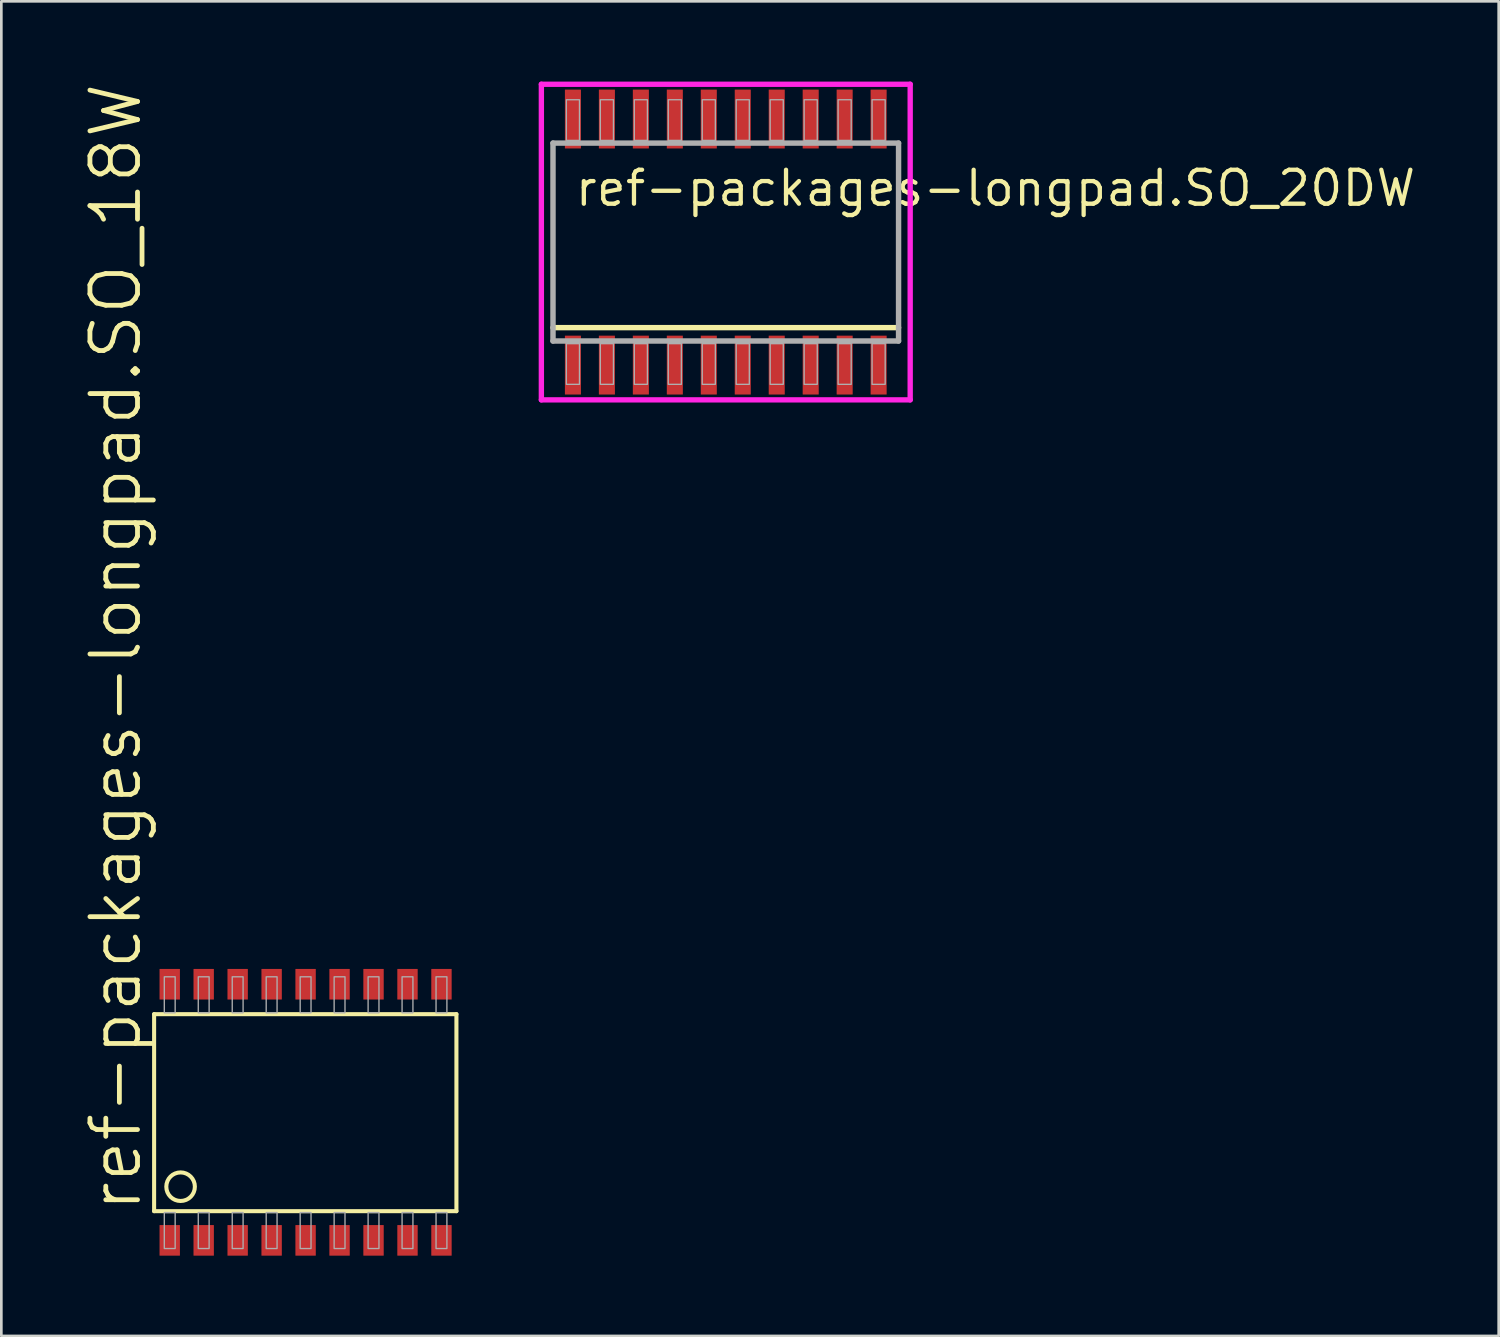
<source format=kicad_pcb>
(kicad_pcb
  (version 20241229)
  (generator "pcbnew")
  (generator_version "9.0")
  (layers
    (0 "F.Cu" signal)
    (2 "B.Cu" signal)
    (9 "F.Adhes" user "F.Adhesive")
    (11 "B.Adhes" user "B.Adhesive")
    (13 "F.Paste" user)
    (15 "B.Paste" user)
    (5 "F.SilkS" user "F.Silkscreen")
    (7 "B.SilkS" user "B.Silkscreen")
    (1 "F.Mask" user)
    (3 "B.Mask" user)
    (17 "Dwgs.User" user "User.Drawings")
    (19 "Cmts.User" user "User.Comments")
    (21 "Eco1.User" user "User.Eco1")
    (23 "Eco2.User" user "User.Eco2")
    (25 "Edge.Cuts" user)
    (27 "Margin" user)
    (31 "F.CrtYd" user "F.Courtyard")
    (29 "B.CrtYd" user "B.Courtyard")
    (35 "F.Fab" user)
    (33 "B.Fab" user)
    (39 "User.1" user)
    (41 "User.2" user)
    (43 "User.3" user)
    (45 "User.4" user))
  (footprint "ref-packages-longpad.SO_20DW"
    (layer "F.Cu")
    (at 24.086 6)
    (property "Reference" "ref-packages-longpad.SO_20DW" (at -5.715 -1.27 0) (layer "F.SilkS") (effects (font (size 1.27 1.27) (thickness 0.16)) (justify left bottom)))
    (attr smd)
    (fp_line (start 6.46 3.2) (end -6.46 3.2) (stroke (width 0.203) (type default)) (layer "F.SilkS"))
    (fp_line (start -6.895 -5.9) (end 6.895 -5.9) (stroke (width 0.2) (type default)) (layer "F.CrtYd"))
    (fp_line (start -6.895 5.9) (end -6.895 -5.9) (stroke (width 0.2) (type default)) (layer "F.CrtYd"))
    (fp_line (start 6.895 -5.9) (end 6.895 5.9) (stroke (width 0.2) (type default)) (layer "F.CrtYd"))
    (fp_line (start 6.895 5.9) (end -6.895 5.9) (stroke (width 0.2) (type default)) (layer "F.CrtYd"))
    (fp_line (start -6.46 -3.7) (end 6.46 -3.7) (stroke (width 0.203) (type default)) (layer "F.Fab"))
    (fp_line (start -6.46 3.7) (end -6.46 -3.7) (stroke (width 0.203) (type default)) (layer "F.Fab"))
    (fp_line (start 6.46 -3.7) (end 6.46 3.7) (stroke (width 0.203) (type default)) (layer "F.Fab"))
    (fp_line (start 6.46 3.7) (end -6.46 3.7) (stroke (width 0.203) (type default)) (layer "F.Fab"))
    (fp_rect (start -5.96 -3.8) (end -5.47 -5.32) (stroke (width 0.05) (type default)) (fill no) (layer "F.Fab"))
    (fp_rect (start -5.96 5.32) (end -5.47 3.8) (stroke (width 0.05) (type default)) (fill no) (layer "F.Fab"))
    (fp_rect (start -4.69 -3.8) (end -4.2 -5.32) (stroke (width 0.05) (type default)) (fill no) (layer "F.Fab"))
    (fp_rect (start -4.69 5.32) (end -4.2 3.8) (stroke (width 0.05) (type default)) (fill no) (layer "F.Fab"))
    (fp_rect (start -3.42 -3.8) (end -2.93 -5.32) (stroke (width 0.05) (type default)) (fill no) (layer "F.Fab"))
    (fp_rect (start -3.42 5.32) (end -2.93 3.8) (stroke (width 0.05) (type default)) (fill no) (layer "F.Fab"))
    (fp_rect (start -2.15 -3.8) (end -1.66 -5.32) (stroke (width 0.05) (type default)) (fill no) (layer "F.Fab"))
    (fp_rect (start -2.15 5.32) (end -1.66 3.8) (stroke (width 0.05) (type default)) (fill no) (layer "F.Fab"))
    (fp_rect (start -0.88 -3.8) (end -0.39 -5.32) (stroke (width 0.05) (type default)) (fill no) (layer "F.Fab"))
    (fp_rect (start -0.88 5.32) (end -0.39 3.8) (stroke (width 0.05) (type default)) (fill no) (layer "F.Fab"))
    (fp_rect (start 0.39 -3.8) (end 0.88 -5.32) (stroke (width 0.05) (type default)) (fill no) (layer "F.Fab"))
    (fp_rect (start 0.39 5.32) (end 0.88 3.8) (stroke (width 0.05) (type default)) (fill no) (layer "F.Fab"))
    (fp_rect (start 1.66 -3.8) (end 2.15 -5.32) (stroke (width 0.05) (type default)) (fill no) (layer "F.Fab"))
    (fp_rect (start 1.66 5.32) (end 2.15 3.8) (stroke (width 0.05) (type default)) (fill no) (layer "F.Fab"))
    (fp_rect (start 2.93 -3.8) (end 3.42 -5.32) (stroke (width 0.05) (type default)) (fill no) (layer "F.Fab"))
    (fp_rect (start 2.93 5.32) (end 3.42 3.8) (stroke (width 0.05) (type default)) (fill no) (layer "F.Fab"))
    (fp_rect (start 4.2 -3.8) (end 4.69 -5.32) (stroke (width 0.05) (type default)) (fill no) (layer "F.Fab"))
    (fp_rect (start 4.2 5.32) (end 4.69 3.8) (stroke (width 0.05) (type default)) (fill no) (layer "F.Fab"))
    (fp_rect (start 5.47 -3.8) (end 5.96 -5.32) (stroke (width 0.05) (type default)) (fill no) (layer "F.Fab"))
    (fp_rect (start 5.47 5.32) (end 5.96 3.8) (stroke (width 0.05) (type default)) (fill no) (layer "F.Fab"))
    (pad "1" smd roundrect (at -5.715 4.6) (size 0.6 2.2) (layers "F.Cu" "F.Mask" "F.Paste") (roundrect_rratio 0.01))
    (pad "2" smd roundrect (at -4.445 4.6) (size 0.6 2.2) (layers "F.Cu" "F.Mask" "F.Paste") (roundrect_rratio 0.01))
    (pad "3" smd roundrect (at -3.175 4.6) (size 0.6 2.2) (layers "F.Cu" "F.Mask" "F.Paste") (roundrect_rratio 0.01))
    (pad "4" smd roundrect (at -1.905 4.6) (size 0.6 2.2) (layers "F.Cu" "F.Mask" "F.Paste") (roundrect_rratio 0.01))
    (pad "5" smd roundrect (at -0.635 4.6) (size 0.6 2.2) (layers "F.Cu" "F.Mask" "F.Paste") (roundrect_rratio 0.01))
    (pad "6" smd roundrect (at 0.635 4.6) (size 0.6 2.2) (layers "F.Cu" "F.Mask" "F.Paste") (roundrect_rratio 0.01))
    (pad "7" smd roundrect (at 1.905 4.6) (size 0.6 2.2) (layers "F.Cu" "F.Mask" "F.Paste") (roundrect_rratio 0.01))
    (pad "8" smd roundrect (at 3.175 4.6) (size 0.6 2.2) (layers "F.Cu" "F.Mask" "F.Paste") (roundrect_rratio 0.01))
    (pad "9" smd roundrect (at 4.445 4.6) (size 0.6 2.2) (layers "F.Cu" "F.Mask" "F.Paste") (roundrect_rratio 0.01))
    (pad "10" smd roundrect (at 5.715 4.6) (size 0.6 2.2) (layers "F.Cu" "F.Mask" "F.Paste") (roundrect_rratio 0.01))
    (pad "11" smd roundrect (at 5.715 -4.6) (size 0.6 2.2) (layers "F.Cu" "F.Mask" "F.Paste") (roundrect_rratio 0.01))
    (pad "12" smd roundrect (at 4.445 -4.6) (size 0.6 2.2) (layers "F.Cu" "F.Mask" "F.Paste") (roundrect_rratio 0.01))
    (pad "13" smd roundrect (at 3.175 -4.6) (size 0.6 2.2) (layers "F.Cu" "F.Mask" "F.Paste") (roundrect_rratio 0.01))
    (pad "14" smd roundrect (at 1.905 -4.6) (size 0.6 2.2) (layers "F.Cu" "F.Mask" "F.Paste") (roundrect_rratio 0.01))
    (pad "15" smd roundrect (at 0.635 -4.6) (size 0.6 2.2) (layers "F.Cu" "F.Mask" "F.Paste") (roundrect_rratio 0.01))
    (pad "16" smd roundrect (at -0.635 -4.6) (size 0.6 2.2) (layers "F.Cu" "F.Mask" "F.Paste") (roundrect_rratio 0.01))
    (pad "17" smd roundrect (at -1.905 -4.6) (size 0.6 2.2) (layers "F.Cu" "F.Mask" "F.Paste") (roundrect_rratio 0.01))
    (pad "18" smd roundrect (at -3.175 -4.6) (size 0.6 2.2) (layers "F.Cu" "F.Mask" "F.Paste") (roundrect_rratio 0.01))
    (pad "19" smd roundrect (at -4.445 -4.6) (size 0.6 2.2) (layers "F.Cu" "F.Mask" "F.Paste") (roundrect_rratio 0.01))
    (pad "20" smd roundrect (at -5.715 -4.6) (size 0.6 2.2) (layers "F.Cu" "F.Mask" "F.Paste") (roundrect_rratio 0.01)))
  (footprint "ref-packages-longpad.SO_18W"
    (layer "F.Cu")
    (at 8.376 38.538)
    (property "Reference" "ref-packages-longpad.SO_18W" (at -6.058 3.81 90) (layer "F.SilkS") (effects (font (size 1.778 1.778) (thickness 0.18)) (justify left bottom)))
    (attr smd)
    (fp_line (start -5.664 -3.67) (end -5.664 3.696) (stroke (width 0.152) (type default)) (layer "F.SilkS"))
    (fp_line (start -5.664 3.696) (end 5.639 3.696) (stroke (width 0.152) (type default)) (layer "F.SilkS"))
    (fp_line (start 5.639 -3.67) (end -5.664 -3.67) (stroke (width 0.152) (type default)) (layer "F.SilkS"))
    (fp_line (start 5.639 3.696) (end 5.639 -3.67) (stroke (width 0.152) (type default)) (layer "F.SilkS"))
    (fp_circle (center -4.674 2.781) (end -4.14 2.781) (stroke (width 0.152) (type default)) (fill no) (layer "F.SilkS"))
    (fp_rect (start -5.283 -3.721) (end -4.877 -5.067) (stroke (width 0.05) (type default)) (fill no) (layer "F.Fab"))
    (fp_rect (start -5.283 5.093) (end -4.877 3.747) (stroke (width 0.05) (type default)) (fill no) (layer "F.Fab"))
    (fp_rect (start -4.013 -3.721) (end -3.607 -5.067) (stroke (width 0.05) (type default)) (fill no) (layer "F.Fab"))
    (fp_rect (start -4.013 5.093) (end -3.607 3.747) (stroke (width 0.05) (type default)) (fill no) (layer "F.Fab"))
    (fp_rect (start -2.743 -3.721) (end -2.337 -5.067) (stroke (width 0.05) (type default)) (fill no) (layer "F.Fab"))
    (fp_rect (start -2.743 5.093) (end -2.337 3.747) (stroke (width 0.05) (type default)) (fill no) (layer "F.Fab"))
    (fp_rect (start -1.473 -3.721) (end -1.067 -5.067) (stroke (width 0.05) (type default)) (fill no) (layer "F.Fab"))
    (fp_rect (start -1.473 5.093) (end -1.067 3.747) (stroke (width 0.05) (type default)) (fill no) (layer "F.Fab"))
    (fp_rect (start -0.203 -3.721) (end 0.203 -5.067) (stroke (width 0.05) (type default)) (fill no) (layer "F.Fab"))
    (fp_rect (start -0.203 5.093) (end 0.203 3.747) (stroke (width 0.05) (type default)) (fill no) (layer "F.Fab"))
    (fp_rect (start 1.067 -3.721) (end 1.473 -5.067) (stroke (width 0.05) (type default)) (fill no) (layer "F.Fab"))
    (fp_rect (start 1.067 5.093) (end 1.473 3.747) (stroke (width 0.05) (type default)) (fill no) (layer "F.Fab"))
    (fp_rect (start 2.337 -3.721) (end 2.743 -5.067) (stroke (width 0.05) (type default)) (fill no) (layer "F.Fab"))
    (fp_rect (start 2.337 5.093) (end 2.743 3.747) (stroke (width 0.05) (type default)) (fill no) (layer "F.Fab"))
    (fp_rect (start 3.607 -3.721) (end 4.013 -5.067) (stroke (width 0.05) (type default)) (fill no) (layer "F.Fab"))
    (fp_rect (start 3.607 5.093) (end 4.013 3.747) (stroke (width 0.05) (type default)) (fill no) (layer "F.Fab"))
    (fp_rect (start 4.877 -3.721) (end 5.283 -5.067) (stroke (width 0.05) (type default)) (fill no) (layer "F.Fab"))
    (fp_rect (start 4.877 5.093) (end 5.283 3.747) (stroke (width 0.05) (type default)) (fill no) (layer "F.Fab"))
    (pad "1" smd roundrect (at -5.08 4.788) (size 0.762 1.143) (layers "F.Cu" "F.Mask" "F.Paste") (roundrect_rratio 0.01))
    (pad "2" smd roundrect (at -3.81 4.788) (size 0.762 1.143) (layers "F.Cu" "F.Mask" "F.Paste") (roundrect_rratio 0.01))
    (pad "3" smd roundrect (at -2.54 4.788) (size 0.762 1.143) (layers "F.Cu" "F.Mask" "F.Paste") (roundrect_rratio 0.01))
    (pad "4" smd roundrect (at -1.27 4.788) (size 0.762 1.143) (layers "F.Cu" "F.Mask" "F.Paste") (roundrect_rratio 0.01))
    (pad "5" smd roundrect (at 0 4.788) (size 0.762 1.143) (layers "F.Cu" "F.Mask" "F.Paste") (roundrect_rratio 0.01))
    (pad "6" smd roundrect (at 1.27 4.788) (size 0.762 1.143) (layers "F.Cu" "F.Mask" "F.Paste") (roundrect_rratio 0.01))
    (pad "7" smd roundrect (at 2.54 4.788) (size 0.762 1.143) (layers "F.Cu" "F.Mask" "F.Paste") (roundrect_rratio 0.01))
    (pad "8" smd roundrect (at 3.81 4.788) (size 0.762 1.143) (layers "F.Cu" "F.Mask" "F.Paste") (roundrect_rratio 0.01))
    (pad "9" smd roundrect (at 5.08 4.788) (size 0.762 1.143) (layers "F.Cu" "F.Mask" "F.Paste") (roundrect_rratio 0.01))
    (pad "10" smd roundrect (at 5.08 -4.788) (size 0.762 1.143) (layers "F.Cu" "F.Mask" "F.Paste") (roundrect_rratio 0.01))
    (pad "11" smd roundrect (at 3.81 -4.788) (size 0.762 1.143) (layers "F.Cu" "F.Mask" "F.Paste") (roundrect_rratio 0.01))
    (pad "12" smd roundrect (at 2.54 -4.788) (size 0.762 1.143) (layers "F.Cu" "F.Mask" "F.Paste") (roundrect_rratio 0.01))
    (pad "13" smd roundrect (at 1.27 -4.788) (size 0.762 1.143) (layers "F.Cu" "F.Mask" "F.Paste") (roundrect_rratio 0.01))
    (pad "14" smd roundrect (at 0 -4.788) (size 0.762 1.143) (layers "F.Cu" "F.Mask" "F.Paste") (roundrect_rratio 0.01))
    (pad "15" smd roundrect (at -1.27 -4.788) (size 0.762 1.143) (layers "F.Cu" "F.Mask" "F.Paste") (roundrect_rratio 0.01))
    (pad "16" smd roundrect (at -2.54 -4.788) (size 0.762 1.143) (layers "F.Cu" "F.Mask" "F.Paste") (roundrect_rratio 0.01))
    (pad "17" smd roundrect (at -3.81 -4.788) (size 0.762 1.143) (layers "F.Cu" "F.Mask" "F.Paste") (roundrect_rratio 0.01))
    (pad "18" smd roundrect (at -5.08 -4.788) (size 0.762 1.143) (layers "F.Cu" "F.Mask" "F.Paste") (roundrect_rratio 0.01)))
  (gr_rect
    (start -3 -3)
    (end 52.984 46.898)
    (stroke (width 0.1) (type default))
    (fill no)
    (layer "Edge.Cuts")))
</source>
